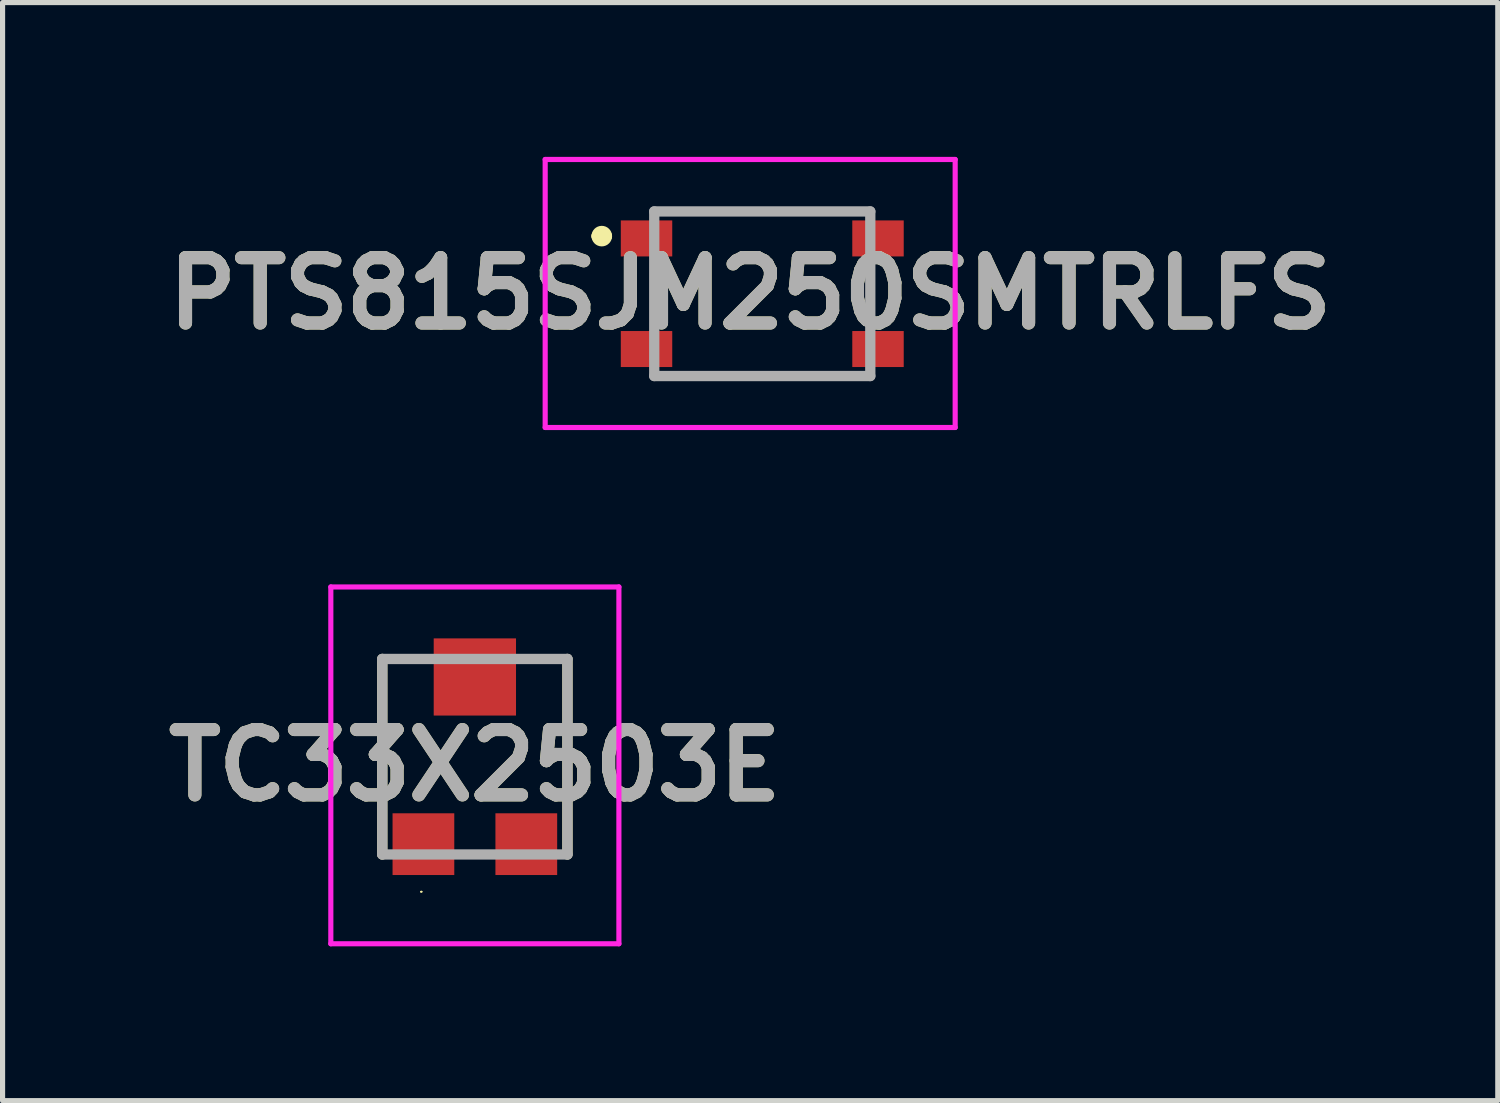
<source format=kicad_pcb>
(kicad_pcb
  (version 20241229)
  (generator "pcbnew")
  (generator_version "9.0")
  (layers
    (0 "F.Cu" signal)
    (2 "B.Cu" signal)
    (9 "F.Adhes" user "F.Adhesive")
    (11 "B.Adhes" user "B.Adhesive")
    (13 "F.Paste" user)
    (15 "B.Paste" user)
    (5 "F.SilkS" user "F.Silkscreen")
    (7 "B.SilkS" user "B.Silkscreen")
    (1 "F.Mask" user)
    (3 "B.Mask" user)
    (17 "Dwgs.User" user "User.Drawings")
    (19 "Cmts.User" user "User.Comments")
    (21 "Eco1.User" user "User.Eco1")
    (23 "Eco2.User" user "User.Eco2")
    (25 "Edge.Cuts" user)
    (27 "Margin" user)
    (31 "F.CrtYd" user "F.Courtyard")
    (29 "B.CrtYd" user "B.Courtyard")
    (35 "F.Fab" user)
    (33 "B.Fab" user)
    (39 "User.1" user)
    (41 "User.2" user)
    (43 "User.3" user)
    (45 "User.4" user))
  (footprint "PTS815SJM250SMTRLFS"
    (layer "F.Cu")
    (at 11.768 2.66)
    (property "Reference" "PTS815SJM250SMTRLFS" (at -0.235 -0.005 0) (layer "F.SilkS") (effects (font (size 1.27 1.27) (thickness 0.254))))
    (attr smd)
    (fp_line (start -3.22 -1.12) (end -3.22 -1.12) (stroke (width 0.2) (type solid)) (layer "F.SilkS"))
    (fp_line (start -3.02 -1.12) (end -3.02 -1.12) (stroke (width 0.2) (type solid)) (layer "F.SilkS"))
    (fp_line (start -2.1 -1.61) (end 2.1 -1.61) (stroke (width 0.1) (type solid)) (layer "F.SilkS"))
    (fp_line (start -2.1 0.56) (end -2.1 -0.56) (stroke (width 0.1) (type solid)) (layer "F.SilkS"))
    (fp_line (start -2.1 1.6) (end 2.1 1.6) (stroke (width 0.1) (type solid)) (layer "F.SilkS"))
    (fp_line (start 2.1 0.56) (end 2.1 -0.56) (stroke (width 0.1) (type solid)) (layer "F.SilkS"))
    (fp_arc (start -3.22 -1.12) (mid -3.12 -1.22) (end -3.02 -1.12) (stroke (width 0.2) (type solid)) (layer "F.SilkS"))
    (fp_arc (start -3.02 -1.12) (mid -3.12 -1.02) (end -3.22 -1.12) (stroke (width 0.2) (type solid)) (layer "F.SilkS"))
    (fp_line (start -4.22 -2.61) (end 3.75 -2.61) (stroke (width 0.1) (type solid)) (layer "F.CrtYd"))
    (fp_line (start -4.22 2.6) (end -4.22 -2.61) (stroke (width 0.1) (type solid)) (layer "F.CrtYd"))
    (fp_line (start 3.75 -2.61) (end 3.75 2.6) (stroke (width 0.1) (type solid)) (layer "F.CrtYd"))
    (fp_line (start 3.75 2.6) (end -4.22 2.6) (stroke (width 0.1) (type solid)) (layer "F.CrtYd"))
    (fp_line (start -2.1 -1.6) (end 2.1 -1.6) (stroke (width 0.2) (type solid)) (layer "F.Fab"))
    (fp_line (start -2.1 1.6) (end -2.1 -1.6) (stroke (width 0.2) (type solid)) (layer "F.Fab"))
    (fp_line (start 2.1 -1.6) (end 2.1 1.6) (stroke (width 0.2) (type solid)) (layer "F.Fab"))
    (fp_line (start 2.1 1.6) (end -2.1 1.6) (stroke (width 0.2) (type solid)) (layer "F.Fab"))
    (fp_text user "${REFERENCE}" (at -0.235 -0.005 0) (layer "F.Fab") (effects (font (size 1.27 1.27) (thickness 0.254))))
    (pad "1" smd rect (at -2.25 -1.075 90) (size 0.7 1) (layers "F.Cu" "F.Mask" "F.Paste"))
    (pad "2" smd rect (at 2.25 -1.075 90) (size 0.7 1) (layers "F.Cu" "F.Mask" "F.Paste"))
    (pad "3" smd rect (at -2.25 1.075 90) (size 0.7 1) (layers "F.Cu" "F.Mask" "F.Paste"))
    (pad "4" smd rect (at 2.25 1.075 90) (size 0.7 1) (layers "F.Cu" "F.Mask" "F.Paste")))
  (footprint "TC33X2503E"
    (layer "F.Cu")
    (at 6.181 11.66)
    (property "Reference" "TC33X2503E" (at 0 0.168 0) (layer "F.SilkS") (effects (font (size 1.27 1.27) (thickness 0.254))))
    (attr smd)
    (fp_line (start -1.8 -1.9) (end -1.8 1.9) (stroke (width 0.2) (type solid)) (layer "F.SilkS"))
    (fp_line (start -1.052 2.625) (end -1.052 2.625) (stroke (width 0.022) (type solid)) (layer "F.SilkS"))
    (fp_line (start -1.03 2.625) (end -1.03 2.625) (stroke (width 0.022) (type solid)) (layer "F.SilkS"))
    (fp_line (start 1.8 1.9) (end 1.8 -1.9) (stroke (width 0.2) (type solid)) (layer "F.SilkS"))
    (fp_arc (start -1.052 2.625) (mid -1.041 2.614) (end -1.03 2.625) (stroke (width 0.022) (type solid)) (layer "F.SilkS"))
    (fp_arc (start -1.03 2.625) (mid -1.041 2.636) (end -1.052 2.625) (stroke (width 0.022) (type solid)) (layer "F.SilkS"))
    (fp_line (start -2.8 -3.3) (end 2.8 -3.3) (stroke (width 0.1) (type solid)) (layer "F.CrtYd"))
    (fp_line (start -2.8 3.636) (end -2.8 -3.3) (stroke (width 0.1) (type solid)) (layer "F.CrtYd"))
    (fp_line (start 2.8 -3.3) (end 2.8 3.636) (stroke (width 0.1) (type solid)) (layer "F.CrtYd"))
    (fp_line (start 2.8 3.636) (end -2.8 3.636) (stroke (width 0.1) (type solid)) (layer "F.CrtYd"))
    (fp_line (start -1.8 -1.9) (end 1.8 -1.9) (stroke (width 0.2) (type solid)) (layer "F.Fab"))
    (fp_line (start -1.8 1.9) (end -1.8 -1.9) (stroke (width 0.2) (type solid)) (layer "F.Fab"))
    (fp_line (start 1.8 -1.9) (end 1.8 1.9) (stroke (width 0.2) (type solid)) (layer "F.Fab"))
    (fp_line (start 1.8 1.9) (end -1.8 1.9) (stroke (width 0.2) (type solid)) (layer "F.Fab"))
    (fp_text user "${REFERENCE}" (at 0 0.168 0) (layer "F.Fab") (effects (font (size 1.27 1.27) (thickness 0.254))))
    (pad "1" smd rect (at -1 1.7 90) (size 1.2 1.2) (layers "F.Cu" "F.Mask" "F.Paste"))
    (pad "2" smd rect (at 0 -1.55 90) (size 1.5 1.6) (layers "F.Cu" "F.Mask" "F.Paste"))
    (pad "3" smd rect (at 1 1.7 90) (size 1.2 1.2) (layers "F.Cu" "F.Mask" "F.Paste")))
  (gr_rect
    (start -3 -3)
    (end 26.066 18.346)
    (stroke (width 0.1) (type default))
    (fill no)
    (layer "Edge.Cuts")))
</source>
